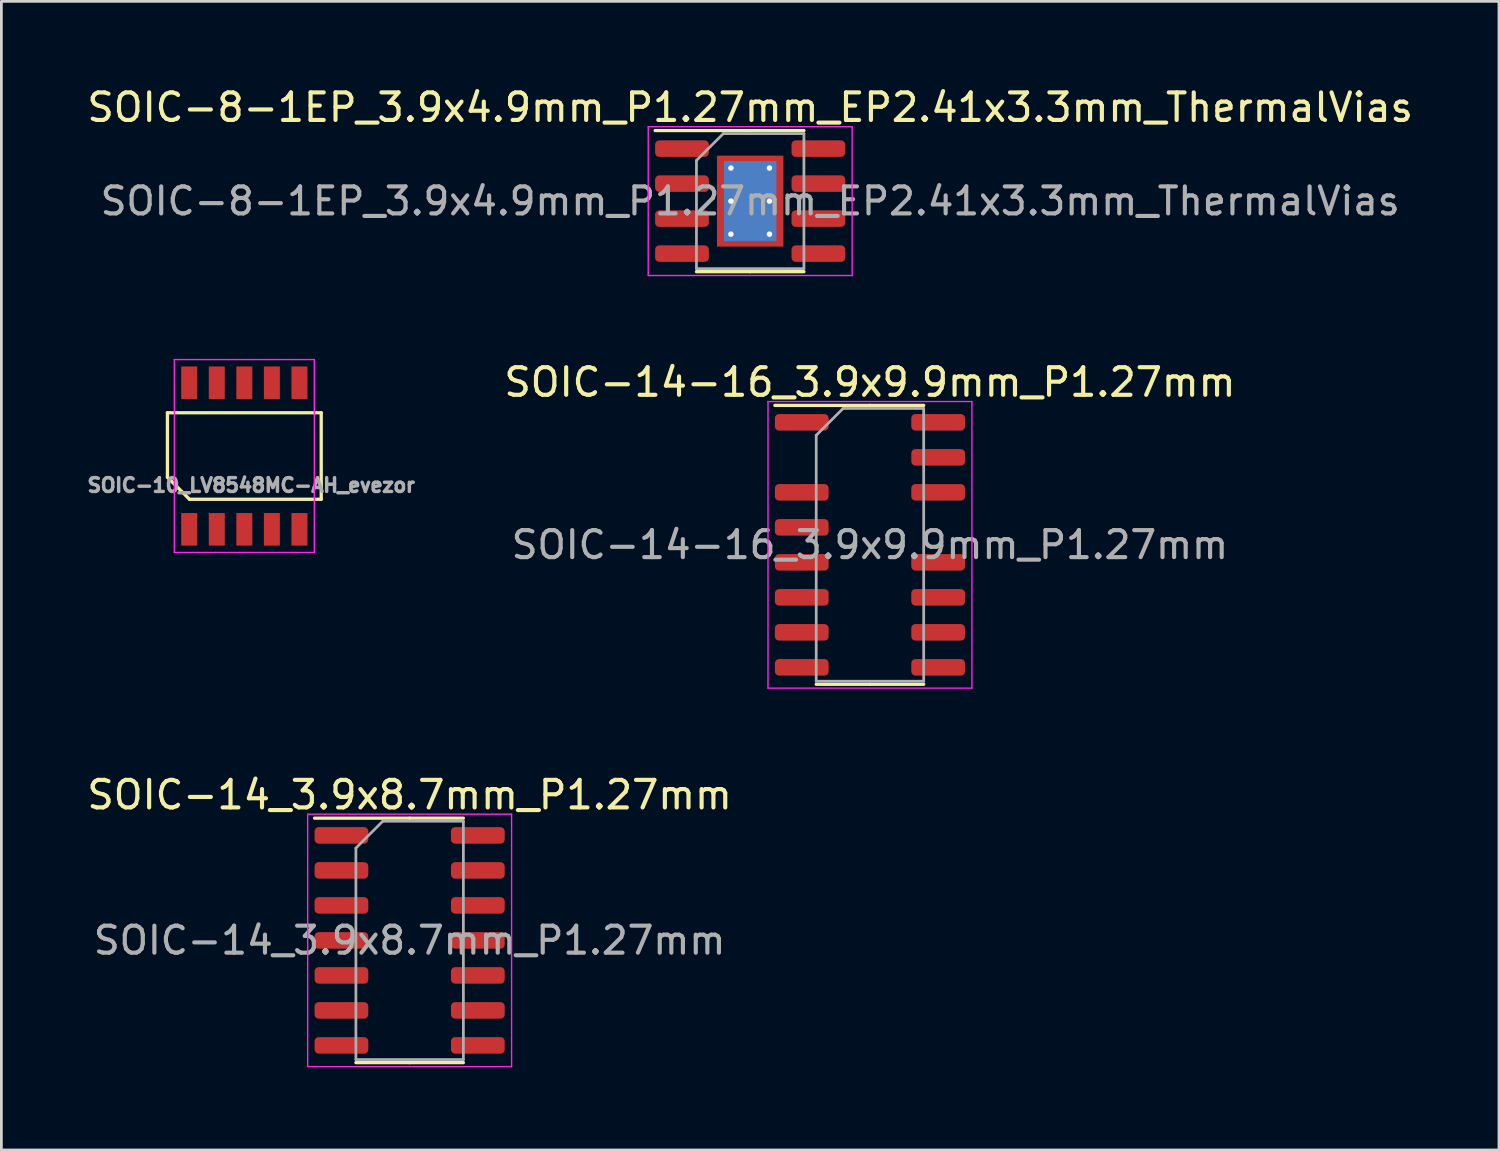
<source format=kicad_pcb>
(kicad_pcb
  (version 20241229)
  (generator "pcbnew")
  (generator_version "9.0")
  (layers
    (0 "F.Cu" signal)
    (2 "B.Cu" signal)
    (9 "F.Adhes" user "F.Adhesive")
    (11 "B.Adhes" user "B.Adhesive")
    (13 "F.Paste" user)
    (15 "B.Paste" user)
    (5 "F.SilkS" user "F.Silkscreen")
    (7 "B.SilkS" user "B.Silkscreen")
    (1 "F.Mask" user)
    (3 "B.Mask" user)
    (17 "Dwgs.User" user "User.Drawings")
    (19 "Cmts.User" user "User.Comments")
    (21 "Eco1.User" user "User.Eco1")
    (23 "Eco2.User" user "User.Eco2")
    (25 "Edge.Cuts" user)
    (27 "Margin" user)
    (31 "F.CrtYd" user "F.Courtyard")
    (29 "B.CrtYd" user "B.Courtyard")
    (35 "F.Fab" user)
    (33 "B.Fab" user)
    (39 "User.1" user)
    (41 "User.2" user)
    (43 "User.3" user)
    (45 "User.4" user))
  (footprint "SOIC-14_3.9x8.7mm_P1.27mm"
    (layer "F.Cu")
    (at 11.815 31.075)
    (property "Reference" "SOIC-14_3.9x8.7mm_P1.27mm" (at 0 -5.28 0) (layer "F.SilkS") (effects (font (size 1 1) (thickness 0.15))))
    (attr smd)
    (fp_line (start 0 -4.435) (end -3.45 -4.435) (stroke (width 0.12) (type solid)) (layer "F.SilkS"))
    (fp_line (start 0 -4.435) (end 1.95 -4.435) (stroke (width 0.12) (type solid)) (layer "F.SilkS"))
    (fp_line (start 0 4.435) (end -1.95 4.435) (stroke (width 0.12) (type solid)) (layer "F.SilkS"))
    (fp_line (start 0 4.435) (end 1.95 4.435) (stroke (width 0.12) (type solid)) (layer "F.SilkS"))
    (fp_line (start -3.7 -4.58) (end -3.7 4.58) (stroke (width 0.05) (type solid)) (layer "F.CrtYd"))
    (fp_line (start -3.7 4.58) (end 3.7 4.58) (stroke (width 0.05) (type solid)) (layer "F.CrtYd"))
    (fp_line (start 3.7 -4.58) (end -3.7 -4.58) (stroke (width 0.05) (type solid)) (layer "F.CrtYd"))
    (fp_line (start 3.7 4.58) (end 3.7 -4.58) (stroke (width 0.05) (type solid)) (layer "F.CrtYd"))
    (fp_line (start -1.95 -3.35) (end -0.975 -4.325) (stroke (width 0.1) (type solid)) (layer "F.Fab"))
    (fp_line (start -1.95 4.325) (end -1.95 -3.35) (stroke (width 0.1) (type solid)) (layer "F.Fab"))
    (fp_line (start -0.975 -4.325) (end 1.95 -4.325) (stroke (width 0.1) (type solid)) (layer "F.Fab"))
    (fp_line (start 1.95 -4.325) (end 1.95 4.325) (stroke (width 0.1) (type solid)) (layer "F.Fab"))
    (fp_line (start 1.95 4.325) (end -1.95 4.325) (stroke (width 0.1) (type solid)) (layer "F.Fab"))
    (fp_text user "${REFERENCE}" (at 0 0 0) (layer "F.Fab") (effects (font (size 0.98 0.98) (thickness 0.15))))
    (pad "1" smd roundrect (at -2.475 -3.81) (size 1.95 0.6) (layers "F.Cu" "F.Mask" "F.Paste") (roundrect_rratio 0.25))
    (pad "2" smd roundrect (at -2.475 -2.54) (size 1.95 0.6) (layers "F.Cu" "F.Mask" "F.Paste") (roundrect_rratio 0.25))
    (pad "3" smd roundrect (at -2.475 -1.27) (size 1.95 0.6) (layers "F.Cu" "F.Mask" "F.Paste") (roundrect_rratio 0.25))
    (pad "4" smd roundrect (at -2.475 0) (size 1.95 0.6) (layers "F.Cu" "F.Mask" "F.Paste") (roundrect_rratio 0.25))
    (pad "5" smd roundrect (at -2.475 1.27) (size 1.95 0.6) (layers "F.Cu" "F.Mask" "F.Paste") (roundrect_rratio 0.25))
    (pad "6" smd roundrect (at -2.475 2.54) (size 1.95 0.6) (layers "F.Cu" "F.Mask" "F.Paste") (roundrect_rratio 0.25))
    (pad "7" smd roundrect (at -2.475 3.81) (size 1.95 0.6) (layers "F.Cu" "F.Mask" "F.Paste") (roundrect_rratio 0.25))
    (pad "8" smd roundrect (at 2.475 3.81) (size 1.95 0.6) (layers "F.Cu" "F.Mask" "F.Paste") (roundrect_rratio 0.25))
    (pad "9" smd roundrect (at 2.475 2.54) (size 1.95 0.6) (layers "F.Cu" "F.Mask" "F.Paste") (roundrect_rratio 0.25))
    (pad "10" smd roundrect (at 2.475 1.27) (size 1.95 0.6) (layers "F.Cu" "F.Mask" "F.Paste") (roundrect_rratio 0.25))
    (pad "11" smd roundrect (at 2.475 0) (size 1.95 0.6) (layers "F.Cu" "F.Mask" "F.Paste") (roundrect_rratio 0.25))
    (pad "12" smd roundrect (at 2.475 -1.27) (size 1.95 0.6) (layers "F.Cu" "F.Mask" "F.Paste") (roundrect_rratio 0.25))
    (pad "13" smd roundrect (at 2.475 -2.54) (size 1.95 0.6) (layers "F.Cu" "F.Mask" "F.Paste") (roundrect_rratio 0.25))
    (pad "14" smd roundrect (at 2.475 -3.81) (size 1.95 0.6) (layers "F.Cu" "F.Mask" "F.Paste") (roundrect_rratio 0.25)))
  (footprint "SOIC-8-1EP_3.9x4.9mm_P1.27mm_EP2.41x3.3mm_ThermalVias"
    (layer "F.Cu")
    (at 24.173 4.248)
    (property "Reference" "SOIC-8-1EP_3.9x4.9mm_P1.27mm_EP2.41x3.3mm_ThermalVias" (at 0 -3.4 0) (layer "F.SilkS") (effects (font (size 1 1) (thickness 0.15))))
    (attr smd)
    (fp_line (start 0 -2.56) (end -3.45 -2.56) (stroke (width 0.12) (type solid)) (layer "F.SilkS"))
    (fp_line (start 0 -2.56) (end 1.95 -2.56) (stroke (width 0.12) (type solid)) (layer "F.SilkS"))
    (fp_line (start 0 2.56) (end -1.95 2.56) (stroke (width 0.12) (type solid)) (layer "F.SilkS"))
    (fp_line (start 0 2.56) (end 1.95 2.56) (stroke (width 0.12) (type solid)) (layer "F.SilkS"))
    (fp_line (start -3.7 -2.7) (end -3.7 2.7) (stroke (width 0.05) (type solid)) (layer "F.CrtYd"))
    (fp_line (start -3.7 2.7) (end 3.7 2.7) (stroke (width 0.05) (type solid)) (layer "F.CrtYd"))
    (fp_line (start 3.7 -2.7) (end -3.7 -2.7) (stroke (width 0.05) (type solid)) (layer "F.CrtYd"))
    (fp_line (start 3.7 2.7) (end 3.7 -2.7) (stroke (width 0.05) (type solid)) (layer "F.CrtYd"))
    (fp_line (start -1.95 -1.475) (end -0.975 -2.45) (stroke (width 0.1) (type solid)) (layer "F.Fab"))
    (fp_line (start -1.95 2.45) (end -1.95 -1.475) (stroke (width 0.1) (type solid)) (layer "F.Fab"))
    (fp_line (start -0.975 -2.45) (end 1.95 -2.45) (stroke (width 0.1) (type solid)) (layer "F.Fab"))
    (fp_line (start 1.95 -2.45) (end 1.95 2.45) (stroke (width 0.1) (type solid)) (layer "F.Fab"))
    (fp_line (start 1.95 2.45) (end -1.95 2.45) (stroke (width 0.1) (type solid)) (layer "F.Fab"))
    (fp_text user "${REFERENCE}" (at 0 0 0) (layer "F.Fab") (effects (font (size 0.98 0.98) (thickness 0.15))))
    (pad "" smd roundrect (at -0.6 -0.825) (size 1.01 1.38) (layers "F.Paste") (roundrect_rratio 0.248))
    (pad "" smd roundrect (at -0.6 0.825) (size 1.01 1.38) (layers "F.Paste") (roundrect_rratio 0.248))
    (pad "" smd roundrect (at 0.6 -0.825) (size 1.01 1.38) (layers "F.Paste") (roundrect_rratio 0.248))
    (pad "" smd roundrect (at 0.6 0.825) (size 1.01 1.38) (layers "F.Paste") (roundrect_rratio 0.248))
    (pad "1" smd roundrect (at -2.475 -1.905) (size 1.95 0.6) (layers "F.Cu" "F.Mask" "F.Paste") (roundrect_rratio 0.25))
    (pad "2" smd roundrect (at -2.475 -0.635) (size 1.95 0.6) (layers "F.Cu" "F.Mask" "F.Paste") (roundrect_rratio 0.25))
    (pad "3" smd roundrect (at -2.475 0.635) (size 1.95 0.6) (layers "F.Cu" "F.Mask" "F.Paste") (roundrect_rratio 0.25))
    (pad "4" smd roundrect (at -2.475 1.905) (size 1.95 0.6) (layers "F.Cu" "F.Mask" "F.Paste") (roundrect_rratio 0.25))
    (pad "5" smd roundrect (at 2.475 1.905) (size 1.95 0.6) (layers "F.Cu" "F.Mask" "F.Paste") (roundrect_rratio 0.25))
    (pad "6" smd roundrect (at 2.475 0.635) (size 1.95 0.6) (layers "F.Cu" "F.Mask" "F.Paste") (roundrect_rratio 0.25))
    (pad "7" smd roundrect (at 2.475 -0.635) (size 1.95 0.6) (layers "F.Cu" "F.Mask" "F.Paste") (roundrect_rratio 0.25))
    (pad "8" smd roundrect (at 2.475 -1.905) (size 1.95 0.6) (layers "F.Cu" "F.Mask" "F.Paste") (roundrect_rratio 0.25))
    (pad "9" thru_hole circle (at -0.7 -1.2) (size 0.5 0.5) (drill 0.2) (layers "*.Cu"))
    (pad "9" thru_hole circle (at -0.7 0) (size 0.5 0.5) (drill 0.2) (layers "*.Cu"))
    (pad "9" thru_hole circle (at -0.7 1.2) (size 0.5 0.5) (drill 0.2) (layers "*.Cu"))
    (pad "9" smd rect (at 0 0) (size 1.9 2.9) (layers "B.Cu"))
    (pad "9" smd rect (at 0 0) (size 2.41 3.3) (layers "F.Cu" "F.Mask"))
    (pad "9" thru_hole circle (at 0.7 -1.2) (size 0.5 0.5) (drill 0.2) (layers "*.Cu"))
    (pad "9" thru_hole circle (at 0.7 0) (size 0.5 0.5) (drill 0.2) (layers "*.Cu"))
    (pad "9" thru_hole circle (at 0.7 1.2) (size 0.5 0.5) (drill 0.2) (layers "*.Cu")))
  (footprint "SOIC-10_LV8548MC-AH_evezor"
    (layer "F.Cu")
    (at 5.816 13.498)
    (property "Reference" "SOIC-10_LV8548MC-AH_evezor" (at 0.25 1.06 0) (layer "F.Fab") (effects (font (size 0.5 0.5) (thickness 0.125))))
    (attr through_hole)
    (fp_line (start -2.79 -1.57) (end 2.79 -1.57) (stroke (width 0.12) (type solid)) (layer "F.SilkS"))
    (fp_line (start -2.79 0.77) (end -2.79 -1.57) (stroke (width 0.12) (type solid)) (layer "F.SilkS"))
    (fp_line (start -1.99 1.57) (end -2.79 0.77) (stroke (width 0.12) (type solid)) (layer "F.SilkS"))
    (fp_line (start 2.79 -1.57) (end 2.79 1.57) (stroke (width 0.12) (type solid)) (layer "F.SilkS"))
    (fp_line (start 2.79 1.57) (end -1.99 1.57) (stroke (width 0.12) (type solid)) (layer "F.SilkS"))
    (fp_line (start -2.54 -3.5) (end 2.54 -3.5) (stroke (width 0.05) (type solid)) (layer "F.CrtYd"))
    (fp_line (start -2.54 3.5) (end -2.54 -3.5) (stroke (width 0.05) (type solid)) (layer "F.CrtYd"))
    (fp_line (start 2.54 -3.5) (end 2.54 3.5) (stroke (width 0.05) (type solid)) (layer "F.CrtYd"))
    (fp_line (start 2.54 3.5) (end -2.54 3.5) (stroke (width 0.05) (type solid)) (layer "F.CrtYd"))
    (pad "1" smd rect (at -2 2.66) (size 0.58 1.18) (layers "F.Cu" "F.Mask" "F.Paste"))
    (pad "2" smd rect (at -1 2.66) (size 0.58 1.18) (layers "F.Cu" "F.Mask" "F.Paste"))
    (pad "3" smd rect (at 0 2.66) (size 0.58 1.18) (layers "F.Cu" "F.Mask" "F.Paste"))
    (pad "4" smd rect (at 1 2.66) (size 0.58 1.18) (layers "F.Cu" "F.Mask" "F.Paste"))
    (pad "5" smd rect (at 2 2.66) (size 0.58 1.18) (layers "F.Cu" "F.Mask" "F.Paste"))
    (pad "6" smd rect (at 2 -2.66) (size 0.58 1.18) (layers "F.Cu" "F.Mask" "F.Paste"))
    (pad "7" smd rect (at 1 -2.66) (size 0.58 1.18) (layers "F.Cu" "F.Mask" "F.Paste"))
    (pad "8" smd rect (at 0 -2.66) (size 0.58 1.18) (layers "F.Cu" "F.Mask" "F.Paste"))
    (pad "9" smd rect (at -1 -2.66) (size 0.58 1.18) (layers "F.Cu" "F.Mask" "F.Paste"))
    (pad "10" smd rect (at -2 -2.66) (size 0.58 1.18) (layers "F.Cu" "F.Mask" "F.Paste")))
  (footprint "SOIC-14-16_3.9x9.9mm_P1.27mm"
    (layer "F.Cu")
    (at 28.519 16.721)
    (property "Reference" "SOIC-14-16_3.9x9.9mm_P1.27mm" (at 0 -5.9 0) (layer "F.SilkS") (effects (font (size 1 1) (thickness 0.15))))
    (attr smd)
    (fp_line (start 0 -5.06) (end -3.45 -5.06) (stroke (width 0.12) (type solid)) (layer "F.SilkS"))
    (fp_line (start 0 -5.06) (end 1.95 -5.06) (stroke (width 0.12) (type solid)) (layer "F.SilkS"))
    (fp_line (start 0 5.06) (end -1.95 5.06) (stroke (width 0.12) (type solid)) (layer "F.SilkS"))
    (fp_line (start 0 5.06) (end 1.95 5.06) (stroke (width 0.12) (type solid)) (layer "F.SilkS"))
    (fp_line (start -3.7 -5.2) (end -3.7 5.2) (stroke (width 0.05) (type solid)) (layer "F.CrtYd"))
    (fp_line (start -3.7 5.2) (end 3.7 5.2) (stroke (width 0.05) (type solid)) (layer "F.CrtYd"))
    (fp_line (start 3.7 -5.2) (end -3.7 -5.2) (stroke (width 0.05) (type solid)) (layer "F.CrtYd"))
    (fp_line (start 3.7 5.2) (end 3.7 -5.2) (stroke (width 0.05) (type solid)) (layer "F.CrtYd"))
    (fp_line (start -1.95 -3.975) (end -0.975 -4.95) (stroke (width 0.1) (type solid)) (layer "F.Fab"))
    (fp_line (start -1.95 4.95) (end -1.95 -3.975) (stroke (width 0.1) (type solid)) (layer "F.Fab"))
    (fp_line (start -0.975 -4.95) (end 1.95 -4.95) (stroke (width 0.1) (type solid)) (layer "F.Fab"))
    (fp_line (start 1.95 -4.95) (end 1.95 4.95) (stroke (width 0.1) (type solid)) (layer "F.Fab"))
    (fp_line (start 1.95 4.95) (end -1.95 4.95) (stroke (width 0.1) (type solid)) (layer "F.Fab"))
    (fp_text user "${REFERENCE}" (at 0 0 0) (layer "F.Fab") (effects (font (size 0.98 0.98) (thickness 0.15))))
    (pad "1" smd roundrect (at -2.475 -4.445) (size 1.95 0.6) (layers "F.Cu" "F.Mask" "F.Paste") (roundrect_rratio 0.25))
    (pad "3" smd roundrect (at -2.475 -1.905) (size 1.95 0.6) (layers "F.Cu" "F.Mask" "F.Paste") (roundrect_rratio 0.25))
    (pad "4" smd roundrect (at -2.475 -0.635) (size 1.95 0.6) (layers "F.Cu" "F.Mask" "F.Paste") (roundrect_rratio 0.25))
    (pad "5" smd roundrect (at -2.475 0.635) (size 1.95 0.6) (layers "F.Cu" "F.Mask" "F.Paste") (roundrect_rratio 0.25))
    (pad "6" smd roundrect (at -2.475 1.905) (size 1.95 0.6) (layers "F.Cu" "F.Mask" "F.Paste") (roundrect_rratio 0.25))
    (pad "7" smd roundrect (at -2.475 3.175) (size 1.95 0.6) (layers "F.Cu" "F.Mask" "F.Paste") (roundrect_rratio 0.25))
    (pad "8" smd roundrect (at -2.475 4.445) (size 1.95 0.6) (layers "F.Cu" "F.Mask" "F.Paste") (roundrect_rratio 0.25))
    (pad "9" smd roundrect (at 2.475 4.445) (size 1.95 0.6) (layers "F.Cu" "F.Mask" "F.Paste") (roundrect_rratio 0.25))
    (pad "10" smd roundrect (at 2.475 3.175) (size 1.95 0.6) (layers "F.Cu" "F.Mask" "F.Paste") (roundrect_rratio 0.25))
    (pad "11" smd roundrect (at 2.475 1.905) (size 1.95 0.6) (layers "F.Cu" "F.Mask" "F.Paste") (roundrect_rratio 0.25))
    (pad "12" smd roundrect (at 2.475 0.635) (size 1.95 0.6) (layers "F.Cu" "F.Mask" "F.Paste") (roundrect_rratio 0.25))
    (pad "14" smd roundrect (at 2.475 -1.905) (size 1.95 0.6) (layers "F.Cu" "F.Mask" "F.Paste") (roundrect_rratio 0.25))
    (pad "15" smd roundrect (at 2.475 -3.175) (size 1.95 0.6) (layers "F.Cu" "F.Mask" "F.Paste") (roundrect_rratio 0.25))
    (pad "16" smd roundrect (at 2.475 -4.445) (size 1.95 0.6) (layers "F.Cu" "F.Mask" "F.Paste") (roundrect_rratio 0.25)))
  (gr_rect
    (start -3 -3)
    (end 51.345 38.68)
    (stroke (width 0.1) (type default))
    (fill no)
    (layer "Edge.Cuts")))
</source>
